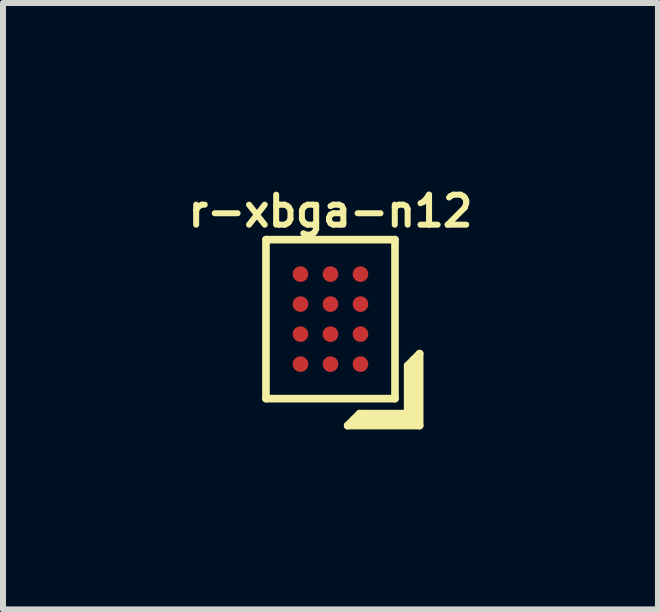
<source format=kicad_pcb>
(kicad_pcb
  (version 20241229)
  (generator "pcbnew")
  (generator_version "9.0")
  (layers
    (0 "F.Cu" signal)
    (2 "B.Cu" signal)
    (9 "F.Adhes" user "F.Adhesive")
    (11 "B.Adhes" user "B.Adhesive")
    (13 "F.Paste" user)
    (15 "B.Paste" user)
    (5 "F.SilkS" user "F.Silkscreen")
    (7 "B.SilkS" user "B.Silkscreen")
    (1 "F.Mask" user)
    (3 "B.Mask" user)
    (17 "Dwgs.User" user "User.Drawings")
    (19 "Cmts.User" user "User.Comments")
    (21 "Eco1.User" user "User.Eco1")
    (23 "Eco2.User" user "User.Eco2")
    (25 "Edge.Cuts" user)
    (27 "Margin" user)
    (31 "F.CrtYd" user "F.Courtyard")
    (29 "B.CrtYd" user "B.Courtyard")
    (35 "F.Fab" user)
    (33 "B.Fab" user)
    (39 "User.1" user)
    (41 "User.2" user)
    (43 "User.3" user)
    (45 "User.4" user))
  (footprint "r-xbga-n12"
    (layer "F.Cu")
    (at 2.457 2.268)
    (property "Reference" "r-xbga-n12" (at 0 -1.8 0) (layer "F.SilkS") (effects (font (size 0.5 0.5) (thickness 0.1))))
    (attr through_hole)
    (fp_line (start -1.075 -1.325) (end -1.075 1.325) (stroke (width 0.127) (type solid)) (layer "F.SilkS"))
    (fp_line (start -1.075 -1.325) (end 1.075 -1.325) (stroke (width 0.127) (type solid)) (layer "F.SilkS"))
    (fp_line (start -1.075 1.325) (end 1.075 1.325) (stroke (width 0.127) (type solid)) (layer "F.SilkS"))
    (fp_line (start 0.286 1.774) (end 0.486 1.574) (stroke (width 0.127) (type solid)) (layer "F.SilkS"))
    (fp_line (start 0.386 1.674) (end 1.386 1.674) (stroke (width 0.127) (type solid)) (layer "F.SilkS"))
    (fp_line (start 0.486 1.574) (end 1.286 1.574) (stroke (width 0.127) (type solid)) (layer "F.SilkS"))
    (fp_line (start 1.075 -1.325) (end 1.075 1.325) (stroke (width 0.127) (type solid)) (layer "F.SilkS"))
    (fp_line (start 1.286 0.774) (end 1.486 0.574) (stroke (width 0.127) (type solid)) (layer "F.SilkS"))
    (fp_line (start 1.286 1.574) (end 1.286 0.774) (stroke (width 0.127) (type solid)) (layer "F.SilkS"))
    (fp_line (start 1.386 1.674) (end 1.386 0.674) (stroke (width 0.127) (type solid)) (layer "F.SilkS"))
    (fp_line (start 1.486 0.574) (end 1.486 1.774) (stroke (width 0.127) (type solid)) (layer "F.SilkS"))
    (fp_line (start 1.486 1.774) (end 0.286 1.774) (stroke (width 0.127) (type solid)) (layer "F.SilkS"))
    (pad "A1" smd circle (at 0.5 0.75) (size 0.26 0.26) (layers "F.Cu" "F.Mask" "F.Paste"))
    (pad "A2" smd circle (at 0 0.75) (size 0.26 0.26) (layers "F.Cu" "F.Mask" "F.Paste"))
    (pad "A3" smd circle (at -0.5 0.75) (size 0.26 0.26) (layers "F.Cu" "F.Mask" "F.Paste"))
    (pad "B1" smd circle (at 0.5 0.25) (size 0.26 0.26) (layers "F.Cu" "F.Mask" "F.Paste"))
    (pad "B2" smd circle (at 0 0.25) (size 0.26 0.26) (layers "F.Cu" "F.Mask" "F.Paste"))
    (pad "B3" smd circle (at -0.5 0.25) (size 0.26 0.26) (layers "F.Cu" "F.Mask" "F.Paste"))
    (pad "C1" smd circle (at 0.5 -0.25) (size 0.26 0.26) (layers "F.Cu" "F.Mask" "F.Paste"))
    (pad "C2" smd circle (at 0 -0.25) (size 0.26 0.26) (layers "F.Cu" "F.Mask" "F.Paste"))
    (pad "C3" smd circle (at -0.5 -0.25) (size 0.26 0.26) (layers "F.Cu" "F.Mask" "F.Paste"))
    (pad "D1" smd circle (at 0.5 -0.75) (size 0.26 0.26) (layers "F.Cu" "F.Mask" "F.Paste"))
    (pad "D2" smd circle (at 0 -0.75) (size 0.26 0.26) (layers "F.Cu" "F.Mask" "F.Paste"))
    (pad "D3" smd circle (at -0.5 -0.75) (size 0.26 0.26) (layers "F.Cu" "F.Mask" "F.Paste")))
  (gr_rect
    (start -3 -3)
    (end 7.914 7.105)
    (stroke (width 0.1) (type default))
    (fill no)
    (layer "Edge.Cuts")))
</source>
